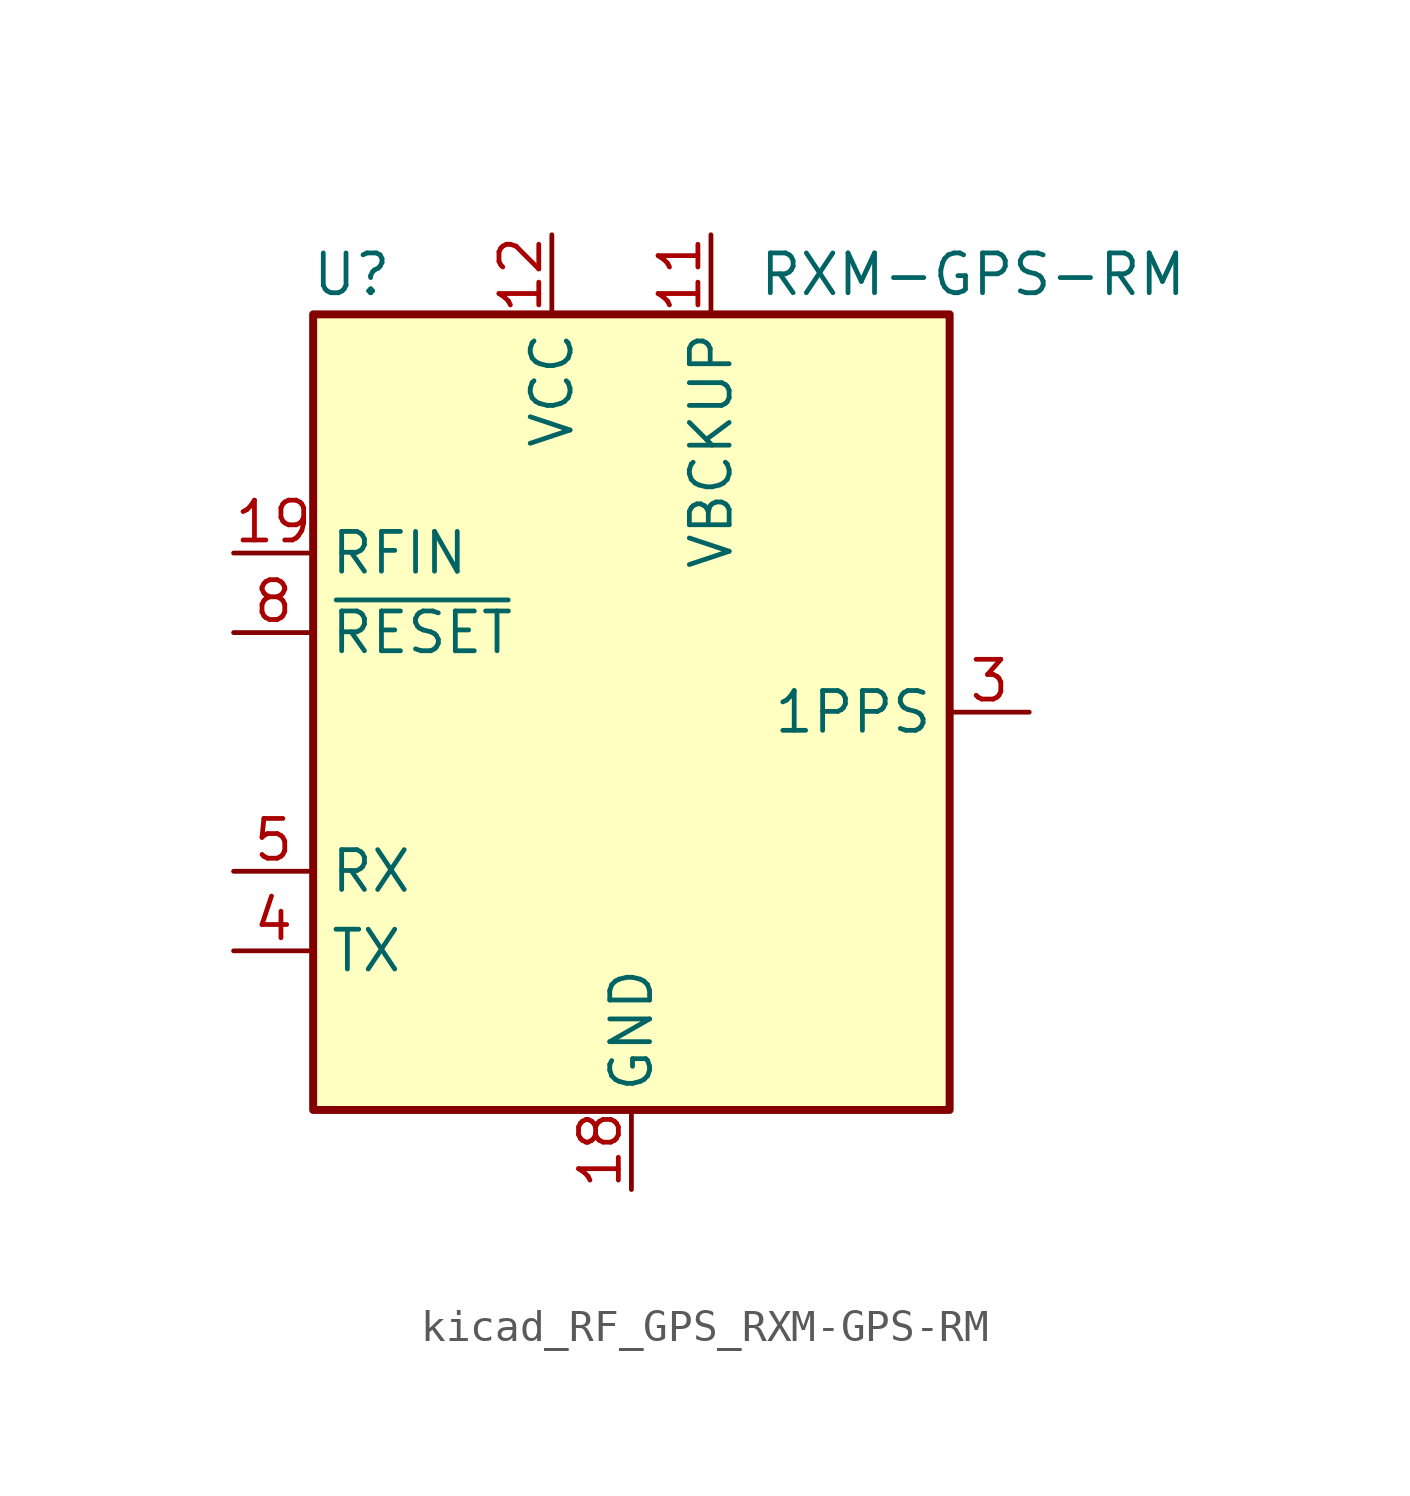
<source format=kicad_sym>
(kicad_symbol_lib
  (version 20220914)
  (generator kicad_symbol_editor)
  (symbol "kicad_RF_GPS_RXM-GPS-RM"
    (property "Reference" "U"
      (at -7.62 13.97 0)
      (effects (font (size 1.27 1.27)) (justify right)))
    (property "Value" "RXM-GPS-RM"
      (at 17.78 13.97 0)
      (effects (font (size 1.27 1.27)) (justify right)))
    (symbol "kicad_RF_GPS_RXM-GPS-RM_0_1"
      (rectangle (start 10.16 -12.7) (end -10.16 12.7) (stroke (width 0.254) (type default)) (fill (type background))))
    (symbol "kicad_RF_GPS_RXM-GPS-RM_1_1"
      (pin no_connect line (at -10.16 10.16 0) (length 2.54) hide (name "NC" (effects (font (size 1.27 1.27)))) (number "1" (effects (font (size 1.27 1.27)))))
      (pin no_connect line (at 10.16 10.16 180) (length 2.54) hide (name "NC" (effects (font (size 1.27 1.27)))) (number "10" (effects (font (size 1.27 1.27)))))
      (pin power_in line (at 2.54 15.24 270) (length 2.54) (name "VBCKUP" (effects (font (size 1.27 1.27)))) (number "11" (effects (font (size 1.27 1.27)))))
      (pin power_in line (at -2.54 15.24 270) (length 2.54) (name "VCC" (effects (font (size 1.27 1.27)))) (number "12" (effects (font (size 1.27 1.27)))))
      (pin no_connect line (at 10.16 7.62 180) (length 2.54) hide (name "NC" (effects (font (size 1.27 1.27)))) (number "13" (effects (font (size 1.27 1.27)))))
      (pin no_connect line (at 10.16 5.08 180) (length 2.54) hide (name "NC" (effects (font (size 1.27 1.27)))) (number "14" (effects (font (size 1.27 1.27)))))
      (pin no_connect line (at 10.16 2.54 180) (length 2.54) hide (name "NC" (effects (font (size 1.27 1.27)))) (number "15" (effects (font (size 1.27 1.27)))))
      (pin no_connect line (at 10.16 -2.54 180) (length 2.54) hide (name "NC" (effects (font (size 1.27 1.27)))) (number "16" (effects (font (size 1.27 1.27)))))
      (pin power_in line (at 0 -15.24 90) (length 2.54) (name "GND" (effects (font (size 1.27 1.27)))) (number "18" (effects (font (size 1.27 1.27)))))
      (pin input line (at -12.7 5.08 0) (length 2.54) (name "RFIN" (effects (font (size 1.27 1.27)))) (number "19" (effects (font (size 1.27 1.27)))))
      (pin no_connect line (at -10.16 7.62 0) (length 2.54) hide (name "NC" (effects (font (size 1.27 1.27)))) (number "2" (effects (font (size 1.27 1.27)))))
      (pin passive line (at 0 -15.24 90) (length 2.54) hide (name "GND" (effects (font (size 1.27 1.27)))) (number "20" (effects (font (size 1.27 1.27)))))
      (pin passive line (at 0 -15.24 90) (length 2.54) hide (name "GND" (effects (font (size 1.27 1.27)))) (number "21" (effects (font (size 1.27 1.27)))))
      (pin passive line (at 0 -15.24 90) (length 2.54) hide (name "GND" (effects (font (size 1.27 1.27)))) (number "22" (effects (font (size 1.27 1.27)))))
      (pin output line (at 12.7 0 180) (length 2.54) (name "1PPS" (effects (font (size 1.27 1.27)))) (number "3" (effects (font (size 1.27 1.27)))))
      (pin output line (at -12.7 -7.62 0) (length 2.54) (name "TX" (effects (font (size 1.27 1.27)))) (number "4" (effects (font (size 1.27 1.27)))))
      (pin input line (at -12.7 -5.08 0) (length 2.54) (name "RX" (effects (font (size 1.27 1.27)))) (number "5" (effects (font (size 1.27 1.27)))))
      (pin no_connect line (at -10.16 0 0) (length 2.54) hide (name "NC" (effects (font (size 1.27 1.27)))) (number "6" (effects (font (size 1.27 1.27)))))
      (pin no_connect line (at -10.16 -2.54 0) (length 2.54) hide (name "NC" (effects (font (size 1.27 1.27)))) (number "7" (effects (font (size 1.27 1.27)))))
      (pin input line (at -12.7 2.54 0) (length 2.54) (name "~{RESET}" (effects (font (size 1.27 1.27)))) (number "8" (effects (font (size 1.27 1.27)))))
      (pin no_connect line (at -10.16 -10.16 0) (length 2.54) hide (name "NC" (effects (font (size 1.27 1.27)))) (number "9" (effects (font (size 1.27 1.27))))))))
</source>
